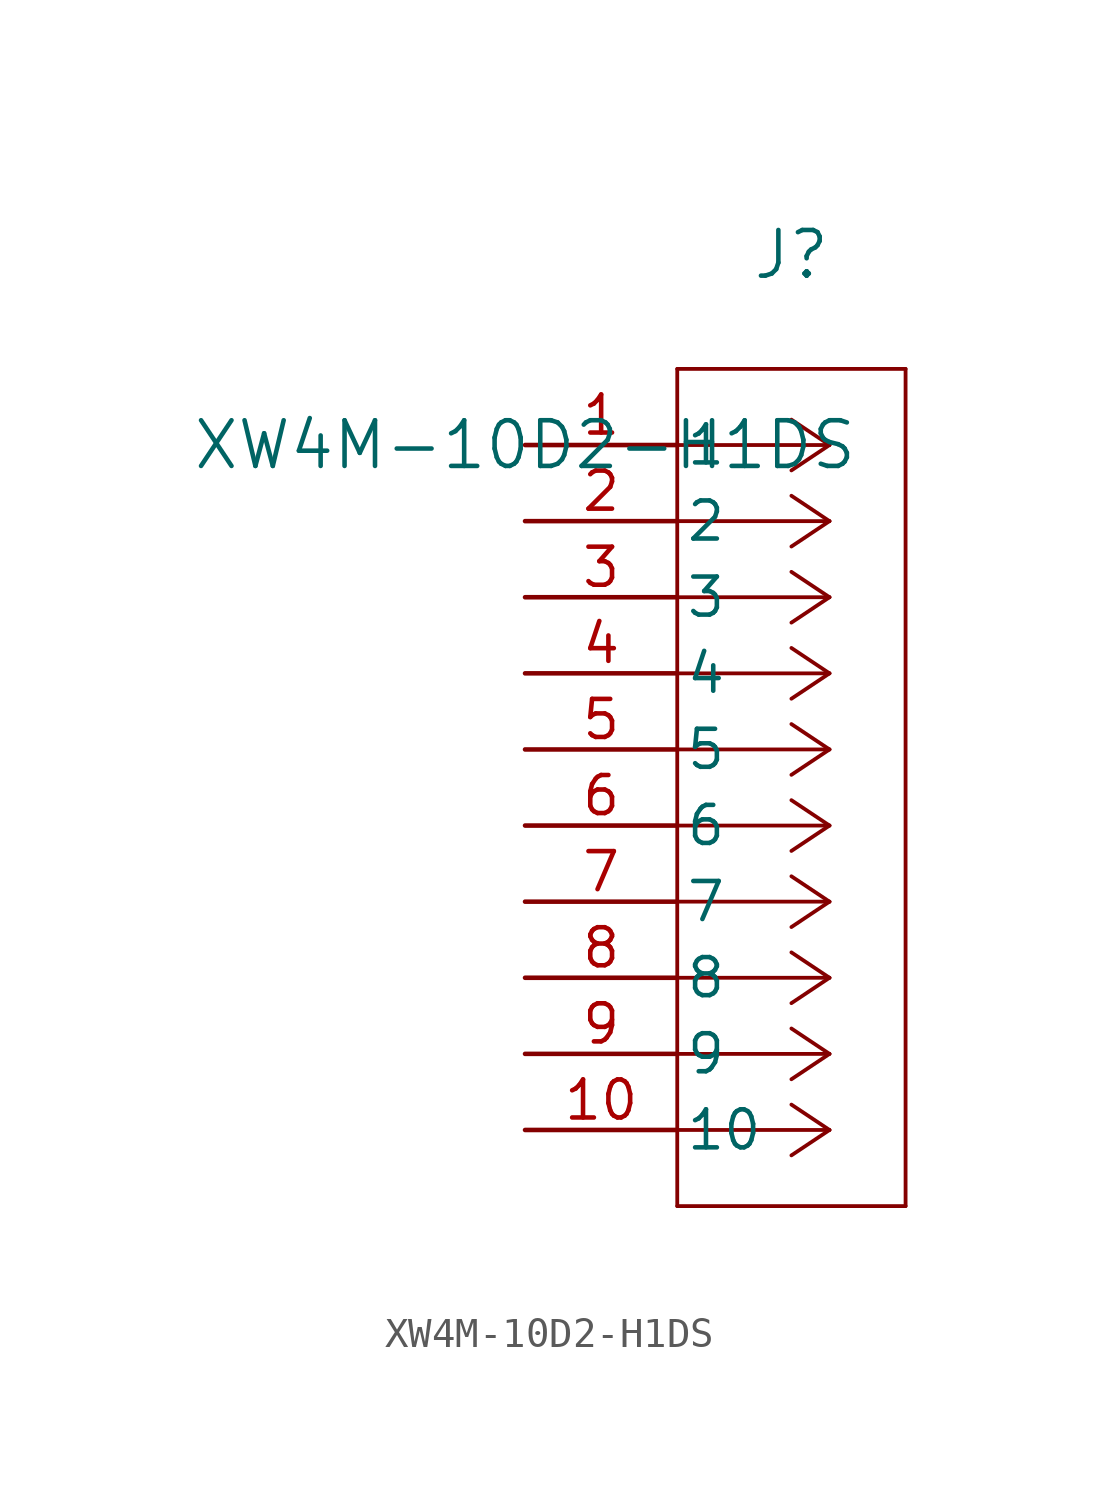
<source format=kicad_sym>
(kicad_symbol_lib
  (version 20211014)
  (generator kicad_symbol_editor)
  (symbol "XW4M-10D2-H1DS"
    (pin_names
      (offset 0.254))
    (property "Reference" "J"
      (at 8.89 6.35 0)
      (effects (font (size 1.524 1.524))))
    (property "Value" "XW4M-10D2-H1DS"
      (at 0 0 0)
      (effects (font (size 1.524 1.524))))
    (symbol "XW4M-10D2-H1DS_0_1"
      (polyline (pts (xy 10.16 0) (xy 5.08 0)) (stroke (width 0.127) (type default) (color 0 0 0 0)) (fill (type none)))
      (polyline (pts (xy 10.16 -2.54) (xy 5.08 -2.54)) (stroke (width 0.127) (type default) (color 0 0 0 0)) (fill (type none)))
      (polyline (pts (xy 10.16 -5.08) (xy 5.08 -5.08)) (stroke (width 0.127) (type default) (color 0 0 0 0)) (fill (type none)))
      (polyline (pts (xy 10.16 -7.62) (xy 5.08 -7.62)) (stroke (width 0.127) (type default) (color 0 0 0 0)) (fill (type none)))
      (polyline (pts (xy 10.16 -10.16) (xy 5.08 -10.16)) (stroke (width 0.127) (type default) (color 0 0 0 0)) (fill (type none)))
      (polyline (pts (xy 10.16 -12.7) (xy 5.08 -12.7)) (stroke (width 0.127) (type default) (color 0 0 0 0)) (fill (type none)))
      (polyline (pts (xy 10.16 -15.24) (xy 5.08 -15.24)) (stroke (width 0.127) (type default) (color 0 0 0 0)) (fill (type none)))
      (polyline (pts (xy 10.16 -17.78) (xy 5.08 -17.78)) (stroke (width 0.127) (type default) (color 0 0 0 0)) (fill (type none)))
      (polyline (pts (xy 10.16 -20.32) (xy 5.08 -20.32)) (stroke (width 0.127) (type default) (color 0 0 0 0)) (fill (type none)))
      (polyline (pts (xy 10.16 -22.86) (xy 5.08 -22.86)) (stroke (width 0.127) (type default) (color 0 0 0 0)) (fill (type none)))
      (polyline (pts (xy 10.16 0) (xy 8.89 0.847)) (stroke (width 0.127) (type default) (color 0 0 0 0)) (fill (type none)))
      (polyline (pts (xy 10.16 -2.54) (xy 8.89 -1.693)) (stroke (width 0.127) (type default) (color 0 0 0 0)) (fill (type none)))
      (polyline (pts (xy 10.16 -5.08) (xy 8.89 -4.233)) (stroke (width 0.127) (type default) (color 0 0 0 0)) (fill (type none)))
      (polyline (pts (xy 10.16 -7.62) (xy 8.89 -6.773)) (stroke (width 0.127) (type default) (color 0 0 0 0)) (fill (type none)))
      (polyline (pts (xy 10.16 -10.16) (xy 8.89 -9.313)) (stroke (width 0.127) (type default) (color 0 0 0 0)) (fill (type none)))
      (polyline (pts (xy 10.16 -12.7) (xy 8.89 -11.853)) (stroke (width 0.127) (type default) (color 0 0 0 0)) (fill (type none)))
      (polyline (pts (xy 10.16 -15.24) (xy 8.89 -14.393)) (stroke (width 0.127) (type default) (color 0 0 0 0)) (fill (type none)))
      (polyline (pts (xy 10.16 -17.78) (xy 8.89 -16.933)) (stroke (width 0.127) (type default) (color 0 0 0 0)) (fill (type none)))
      (polyline (pts (xy 10.16 -20.32) (xy 8.89 -19.473)) (stroke (width 0.127) (type default) (color 0 0 0 0)) (fill (type none)))
      (polyline (pts (xy 10.16 -22.86) (xy 8.89 -22.013)) (stroke (width 0.127) (type default) (color 0 0 0 0)) (fill (type none)))
      (polyline (pts (xy 10.16 0) (xy 8.89 -0.847)) (stroke (width 0.127) (type default) (color 0 0 0 0)) (fill (type none)))
      (polyline (pts (xy 10.16 -2.54) (xy 8.89 -3.387)) (stroke (width 0.127) (type default) (color 0 0 0 0)) (fill (type none)))
      (polyline (pts (xy 10.16 -5.08) (xy 8.89 -5.927)) (stroke (width 0.127) (type default) (color 0 0 0 0)) (fill (type none)))
      (polyline (pts (xy 10.16 -7.62) (xy 8.89 -8.467)) (stroke (width 0.127) (type default) (color 0 0 0 0)) (fill (type none)))
      (polyline (pts (xy 10.16 -10.16) (xy 8.89 -11.007)) (stroke (width 0.127) (type default) (color 0 0 0 0)) (fill (type none)))
      (polyline (pts (xy 10.16 -12.7) (xy 8.89 -13.547)) (stroke (width 0.127) (type default) (color 0 0 0 0)) (fill (type none)))
      (polyline (pts (xy 10.16 -15.24) (xy 8.89 -16.087)) (stroke (width 0.127) (type default) (color 0 0 0 0)) (fill (type none)))
      (polyline (pts (xy 10.16 -17.78) (xy 8.89 -18.627)) (stroke (width 0.127) (type default) (color 0 0 0 0)) (fill (type none)))
      (polyline (pts (xy 10.16 -20.32) (xy 8.89 -21.167)) (stroke (width 0.127) (type default) (color 0 0 0 0)) (fill (type none)))
      (polyline (pts (xy 10.16 -22.86) (xy 8.89 -23.707)) (stroke (width 0.127) (type default) (color 0 0 0 0)) (fill (type none)))
      (polyline (pts (xy 5.08 2.54) (xy 5.08 -25.4)) (stroke (width 0.127) (type default) (color 0 0 0 0)) (fill (type none)))
      (polyline (pts (xy 5.08 -25.4) (xy 12.7 -25.4)) (stroke (width 0.127) (type default) (color 0 0 0 0)) (fill (type none)))
      (polyline (pts (xy 12.7 -25.4) (xy 12.7 2.54)) (stroke (width 0.127) (type default) (color 0 0 0 0)) (fill (type none)))
      (polyline (pts (xy 12.7 2.54) (xy 5.08 2.54)) (stroke (width 0.127) (type default) (color 0 0 0 0)) (fill (type none)))
      (pin unspecified line (at 0 0 0) (length 5.08) (name "1" (effects (font (size 1.27 1.27)))) (number "1" (effects (font (size 1.27 1.27)))))
      (pin unspecified line (at 0 -2.54 0) (length 5.08) (name "2" (effects (font (size 1.27 1.27)))) (number "2" (effects (font (size 1.27 1.27)))))
      (pin unspecified line (at 0 -5.08 0) (length 5.08) (name "3" (effects (font (size 1.27 1.27)))) (number "3" (effects (font (size 1.27 1.27)))))
      (pin unspecified line (at 0 -7.62 0) (length 5.08) (name "4" (effects (font (size 1.27 1.27)))) (number "4" (effects (font (size 1.27 1.27)))))
      (pin unspecified line (at 0 -10.16 0) (length 5.08) (name "5" (effects (font (size 1.27 1.27)))) (number "5" (effects (font (size 1.27 1.27)))))
      (pin unspecified line (at 0 -12.7 0) (length 5.08) (name "6" (effects (font (size 1.27 1.27)))) (number "6" (effects (font (size 1.27 1.27)))))
      (pin unspecified line (at 0 -15.24 0) (length 5.08) (name "7" (effects (font (size 1.27 1.27)))) (number "7" (effects (font (size 1.27 1.27)))))
      (pin unspecified line (at 0 -17.78 0) (length 5.08) (name "8" (effects (font (size 1.27 1.27)))) (number "8" (effects (font (size 1.27 1.27)))))
      (pin unspecified line (at 0 -20.32 0) (length 5.08) (name "9" (effects (font (size 1.27 1.27)))) (number "9" (effects (font (size 1.27 1.27)))))
      (pin unspecified line (at 0 -22.86 0) (length 5.08) (name "10" (effects (font (size 1.27 1.27)))) (number "10" (effects (font (size 1.27 1.27))))))))
</source>
